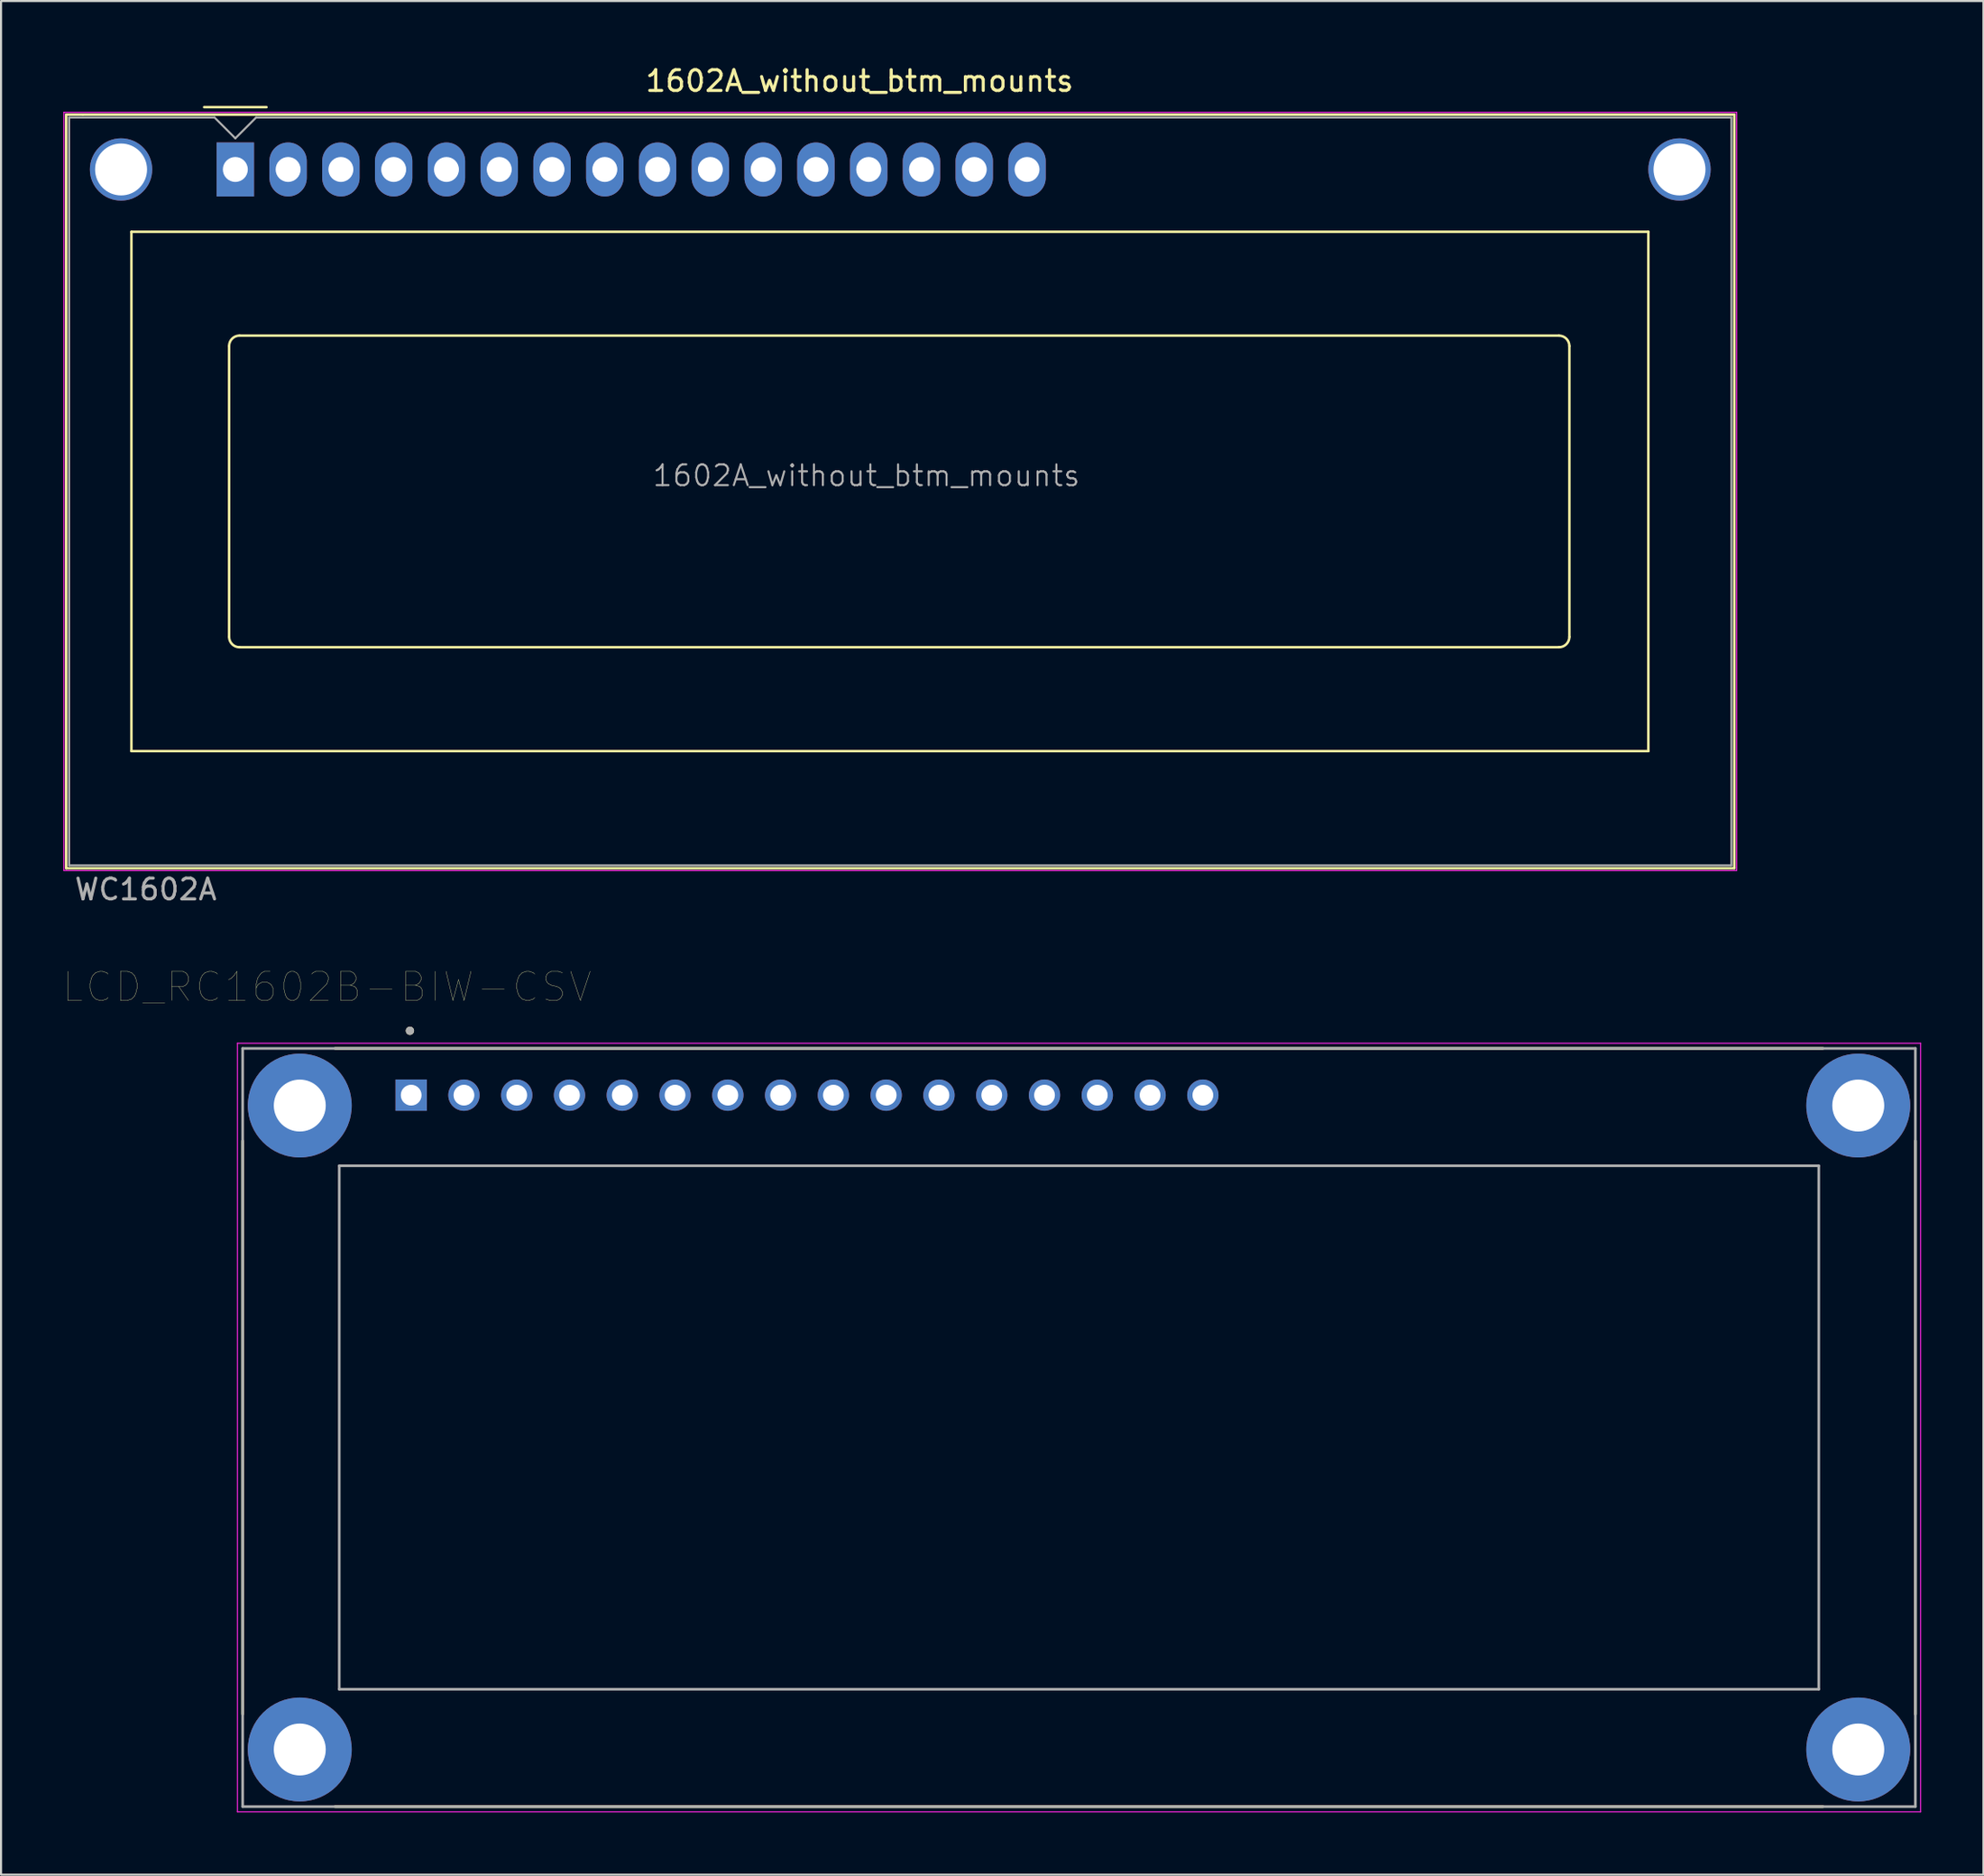
<source format=kicad_pcb>
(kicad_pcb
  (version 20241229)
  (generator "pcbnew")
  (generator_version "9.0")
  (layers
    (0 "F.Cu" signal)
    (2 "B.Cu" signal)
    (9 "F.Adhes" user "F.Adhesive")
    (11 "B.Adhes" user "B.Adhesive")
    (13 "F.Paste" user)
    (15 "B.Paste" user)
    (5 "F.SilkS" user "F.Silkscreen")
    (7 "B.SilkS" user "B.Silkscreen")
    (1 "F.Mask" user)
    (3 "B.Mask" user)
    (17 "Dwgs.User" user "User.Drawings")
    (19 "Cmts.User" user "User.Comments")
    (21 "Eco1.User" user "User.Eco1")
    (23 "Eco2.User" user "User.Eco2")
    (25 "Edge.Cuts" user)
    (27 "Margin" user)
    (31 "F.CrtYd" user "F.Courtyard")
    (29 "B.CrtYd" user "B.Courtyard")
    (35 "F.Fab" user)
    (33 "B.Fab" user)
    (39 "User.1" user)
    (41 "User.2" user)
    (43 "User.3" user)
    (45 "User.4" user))
  (footprint "LCD_RC1602B-BIW-CSV"
    (layer "F.Cu")
    (at 48.877 65.671)
    (property "Reference" "LCD_RC1602B-BIW-CSV" (at -36.195 -21.209 0) (layer "F.SilkS") (effects (font (size 1.4 1.4) (thickness 0.015))))
    (attr through_hole)
    (fp_line (start -40.25 -13.8) (end -40.25 13.8) (stroke (width 0.127) (type solid)) (layer "F.SilkS"))
    (fp_line (start -35.8 -18.25) (end 35.8 -18.25) (stroke (width 0.127) (type solid)) (layer "F.SilkS"))
    (fp_line (start -35.8 18.25) (end 35.8 18.25) (stroke (width 0.127) (type solid)) (layer "F.SilkS"))
    (fp_line (start 40.25 -13.8) (end 40.25 13.8) (stroke (width 0.127) (type solid)) (layer "F.SilkS"))
    (fp_circle (center -32.2 -19.1) (end -32.1 -19.1) (stroke (width 0.2) (type solid)) (fill no) (layer "F.SilkS"))
    (fp_line (start -40.5 -18.5) (end 40.5 -18.5) (stroke (width 0.05) (type solid)) (layer "F.CrtYd"))
    (fp_line (start -40.5 18.5) (end -40.5 -18.5) (stroke (width 0.05) (type solid)) (layer "F.CrtYd"))
    (fp_line (start 40.5 -18.5) (end 40.5 18.5) (stroke (width 0.05) (type solid)) (layer "F.CrtYd"))
    (fp_line (start 40.5 18.5) (end -40.5 18.5) (stroke (width 0.05) (type solid)) (layer "F.CrtYd"))
    (fp_line (start -40.25 -18.25) (end 40.25 -18.25) (stroke (width 0.127) (type solid)) (layer "F.Fab"))
    (fp_line (start -40.25 18.25) (end -40.25 -18.25) (stroke (width 0.127) (type solid)) (layer "F.Fab"))
    (fp_line (start -35.6 -12.6) (end 35.6 -12.6) (stroke (width 0.127) (type solid)) (layer "F.Fab"))
    (fp_line (start -35.6 12.6) (end -35.6 -12.6) (stroke (width 0.127) (type solid)) (layer "F.Fab"))
    (fp_line (start 35.6 -12.6) (end 35.6 12.6) (stroke (width 0.127) (type solid)) (layer "F.Fab"))
    (fp_line (start 35.6 12.6) (end -35.6 12.6) (stroke (width 0.127) (type solid)) (layer "F.Fab"))
    (fp_line (start 40.25 -18.25) (end 40.25 18.25) (stroke (width 0.127) (type solid)) (layer "F.Fab"))
    (fp_line (start 40.25 18.25) (end -40.25 18.25) (stroke (width 0.127) (type solid)) (layer "F.Fab"))
    (fp_circle (center -32.2 -19.1) (end -32.1 -19.1) (stroke (width 0.2) (type solid)) (fill no) (layer "F.Fab"))
    (pad "1" thru_hole rect (at -32.14 -16) (size 1.508 1.508) (drill 1) (layers "*.Cu" "*.Mask"))
    (pad "2" thru_hole circle (at -29.6 -16) (size 1.508 1.508) (drill 1) (layers "*.Cu" "*.Mask"))
    (pad "3" thru_hole circle (at -27.06 -16) (size 1.508 1.508) (drill 1) (layers "*.Cu" "*.Mask"))
    (pad "4" thru_hole circle (at -24.52 -16) (size 1.508 1.508) (drill 1) (layers "*.Cu" "*.Mask"))
    (pad "5" thru_hole circle (at -21.98 -16) (size 1.508 1.508) (drill 1) (layers "*.Cu" "*.Mask"))
    (pad "6" thru_hole circle (at -19.44 -16) (size 1.508 1.508) (drill 1) (layers "*.Cu" "*.Mask"))
    (pad "7" thru_hole circle (at -16.9 -16) (size 1.508 1.508) (drill 1) (layers "*.Cu" "*.Mask"))
    (pad "8" thru_hole circle (at -14.36 -16) (size 1.508 1.508) (drill 1) (layers "*.Cu" "*.Mask"))
    (pad "9" thru_hole circle (at -11.82 -16) (size 1.508 1.508) (drill 1) (layers "*.Cu" "*.Mask"))
    (pad "10" thru_hole circle (at -9.28 -16) (size 1.508 1.508) (drill 1) (layers "*.Cu" "*.Mask"))
    (pad "11" thru_hole circle (at -6.74 -16) (size 1.508 1.508) (drill 1) (layers "*.Cu" "*.Mask"))
    (pad "12" thru_hole circle (at -4.2 -16) (size 1.508 1.508) (drill 1) (layers "*.Cu" "*.Mask"))
    (pad "13" thru_hole circle (at -1.66 -16) (size 1.508 1.508) (drill 1) (layers "*.Cu" "*.Mask"))
    (pad "14" thru_hole circle (at 0.88 -16) (size 1.508 1.508) (drill 1) (layers "*.Cu" "*.Mask"))
    (pad "15" thru_hole circle (at 3.42 -16) (size 1.508 1.508) (drill 1) (layers "*.Cu" "*.Mask"))
    (pad "16" thru_hole circle (at 5.96 -16) (size 1.508 1.508) (drill 1) (layers "*.Cu" "*.Mask"))
    (pad "S1" thru_hole circle (at -37.5 -15.5) (size 5 5) (drill 2.5) (layers "*.Cu" "*.Mask"))
    (pad "S2" thru_hole circle (at 37.5 -15.5) (size 5 5) (drill 2.5) (layers "*.Cu" "*.Mask"))
    (pad "S3" thru_hole circle (at 37.5 15.5) (size 5 5) (drill 2.5) (layers "*.Cu" "*.Mask"))
    (pad "S4" thru_hole circle (at -37.5 15.5) (size 5 5) (drill 2.5) (layers "*.Cu" "*.Mask")))
  (footprint "1602A_without_btm_mounts"
    (layer "F.Cu")
    (at 38.285 18.998)
    (property "Reference" "1602A_without_btm_mounts" (at 0.03 -18.15 0) (layer "F.SilkS") (effects (font (size 1 1) (thickness 0.15))))
    (attr through_hole)
    (fp_line (start -38.15 -16.53) (end -38.15 19.75) (stroke (width 0.12) (type solid)) (layer "F.SilkS"))
    (fp_line (start -38.15 19.75) (end 42.13 19.75) (stroke (width 0.12) (type solid)) (layer "F.SilkS"))
    (fp_line (start -38.14 -16.53) (end -37.35 -16.53) (stroke (width 0.12) (type solid)) (layer "F.SilkS"))
    (fp_line (start -35.01 -10.89) (end 37.99 -10.89) (stroke (width 0.12) (type solid)) (layer "F.SilkS"))
    (fp_line (start -35.01 14.11) (end -35.01 -10.89) (stroke (width 0.12) (type solid)) (layer "F.SilkS"))
    (fp_line (start -31.51 -16.89) (end -28.51 -16.89) (stroke (width 0.12) (type solid)) (layer "F.SilkS"))
    (fp_line (start -30.31 8.609) (end -30.31 -5.39) (stroke (width 0.12) (type solid)) (layer "F.SilkS"))
    (fp_line (start -29.81 -5.89) (end 33.69 -5.89) (stroke (width 0.12) (type solid)) (layer "F.SilkS"))
    (fp_line (start 33.691 9.11) (end -29.81 9.11) (stroke (width 0.12) (type solid)) (layer "F.SilkS"))
    (fp_line (start 34.19 -5.39) (end 34.19 8.61) (stroke (width 0.12) (type solid)) (layer "F.SilkS"))
    (fp_line (start 37.99 -10.89) (end 37.99 14.11) (stroke (width 0.12) (type solid)) (layer "F.SilkS"))
    (fp_line (start 37.99 14.11) (end -35.01 14.11) (stroke (width 0.12) (type solid)) (layer "F.SilkS"))
    (fp_line (start 42.13 -16.53) (end -37.35 -16.53) (stroke (width 0.12) (type solid)) (layer "F.SilkS"))
    (fp_line (start 42.13 19.75) (end 42.13 -16.53) (stroke (width 0.12) (type solid)) (layer "F.SilkS"))
    (fp_arc (start -30.30972 -5.39116) (mid -30.163162 -5.744982) (end -29.80934 -5.89154) (stroke (width 0.12) (type solid)) (layer "F.SilkS"))
    (fp_arc (start -29.80934 9.1097) (mid -30.163162 8.963142) (end -30.30972 8.60932) (stroke (width 0.12) (type solid)) (layer "F.SilkS"))
    (fp_arc (start 33.69 -5.89) (mid 34.043553 -5.743553) (end 34.19 -5.39) (stroke (width 0.12) (type solid)) (layer "F.SilkS"))
    (fp_arc (start 34.19104 8.60932) (mid 34.044482 8.963142) (end 33.69066 9.1097) (stroke (width 0.12) (type solid)) (layer "F.SilkS"))
    (fp_line (start -38.26 -16.64) (end -38.26 19.86) (stroke (width 0.05) (type solid)) (layer "F.CrtYd"))
    (fp_line (start -38.26 -16.64) (end 42.24 -16.64) (stroke (width 0.05) (type solid)) (layer "F.CrtYd"))
    (fp_line (start -38.26 19.86) (end 42.24 19.86) (stroke (width 0.05) (type solid)) (layer "F.CrtYd"))
    (fp_line (start 42.24 -16.64) (end 42.24 19.86) (stroke (width 0.05) (type solid)) (layer "F.CrtYd"))
    (fp_line (start -38.01 19.61) (end -38.01 -16.39) (stroke (width 0.1) (type solid)) (layer "F.Fab"))
    (fp_line (start -31.01 -16.39) (end -38.01 -16.39) (stroke (width 0.1) (type solid)) (layer "F.Fab"))
    (fp_line (start -30.01 -15.39) (end -31.01 -16.39) (stroke (width 0.1) (type solid)) (layer "F.Fab"))
    (fp_line (start -29.01 -16.39) (end -30.01 -15.39) (stroke (width 0.1) (type solid)) (layer "F.Fab"))
    (fp_line (start -29.01 -16.39) (end 41.99 -16.39) (stroke (width 0.1) (type solid)) (layer "F.Fab"))
    (fp_line (start 41.99 -16.39) (end 41.99 19.61) (stroke (width 0.1) (type solid)) (layer "F.Fab"))
    (fp_line (start 41.99 19.61) (end -38.01 19.61) (stroke (width 0.1) (type solid)) (layer "F.Fab"))
    (fp_text user "${REFERENCE}" (at 0.36 0.85 0) (layer "F.Fab") (effects (font (size 1 1) (thickness 0.1))))
    (fp_text user "WC1602A" (at -34.32 20.77 0) (layer "F.Fab") (effects (font (size 1 1) (thickness 0.15))))
    (pad "" thru_hole circle (at -35.509 -13.89) (size 3 3) (drill 2.5) (layers "*.Cu" "*.Mask"))
    (pad "" thru_hole circle (at 39.49 -13.89) (size 3 3) (drill 2.5) (layers "*.Cu" "*.Mask"))
    (pad "1" thru_hole rect (at -30.01 -13.89) (size 1.8 2.6) (drill 1.2) (layers "*.Cu" "*.Mask"))
    (pad "2" thru_hole oval (at -27.47 -13.89) (size 1.8 2.6) (drill 1.2) (layers "*.Cu" "*.Mask"))
    (pad "3" thru_hole oval (at -24.93 -13.89) (size 1.8 2.6) (drill 1.2) (layers "*.Cu" "*.Mask"))
    (pad "4" thru_hole oval (at -22.39 -13.89) (size 1.8 2.6) (drill 1.2) (layers "*.Cu" "*.Mask"))
    (pad "5" thru_hole oval (at -19.85 -13.89) (size 1.8 2.6) (drill 1.2) (layers "*.Cu" "*.Mask"))
    (pad "6" thru_hole oval (at -17.31 -13.89) (size 1.8 2.6) (drill 1.2) (layers "*.Cu" "*.Mask"))
    (pad "7" thru_hole oval (at -14.77 -13.89) (size 1.8 2.6) (drill 1.2) (layers "*.Cu" "*.Mask"))
    (pad "8" thru_hole oval (at -12.23 -13.89) (size 1.8 2.6) (drill 1.2) (layers "*.Cu" "*.Mask"))
    (pad "9" thru_hole oval (at -9.69 -13.89) (size 1.8 2.6) (drill 1.2) (layers "*.Cu" "*.Mask"))
    (pad "10" thru_hole oval (at -7.15 -13.89) (size 1.8 2.6) (drill 1.2) (layers "*.Cu" "*.Mask"))
    (pad "11" thru_hole oval (at -4.61 -13.89) (size 1.8 2.6) (drill 1.2) (layers "*.Cu" "*.Mask"))
    (pad "12" thru_hole oval (at -2.07 -13.89) (size 1.8 2.6) (drill 1.2) (layers "*.Cu" "*.Mask"))
    (pad "13" thru_hole oval (at 0.47 -13.89) (size 1.8 2.6) (drill 1.2) (layers "*.Cu" "*.Mask"))
    (pad "14" thru_hole oval (at 3.01 -13.89) (size 1.8 2.6) (drill 1.2) (layers "*.Cu" "*.Mask"))
    (pad "15" thru_hole oval (at 5.55 -13.89) (size 1.8 2.6) (drill 1.2) (layers "*.Cu" "*.Mask"))
    (pad "16" thru_hole oval (at 8.09 -13.89) (size 1.8 2.6) (drill 1.2) (layers "*.Cu" "*.Mask")))
  (gr_rect
    (start -3 -3)
    (end 92.402 87.196)
    (stroke (width 0.1) (type default))
    (fill no)
    (layer "Edge.Cuts")))
</source>
